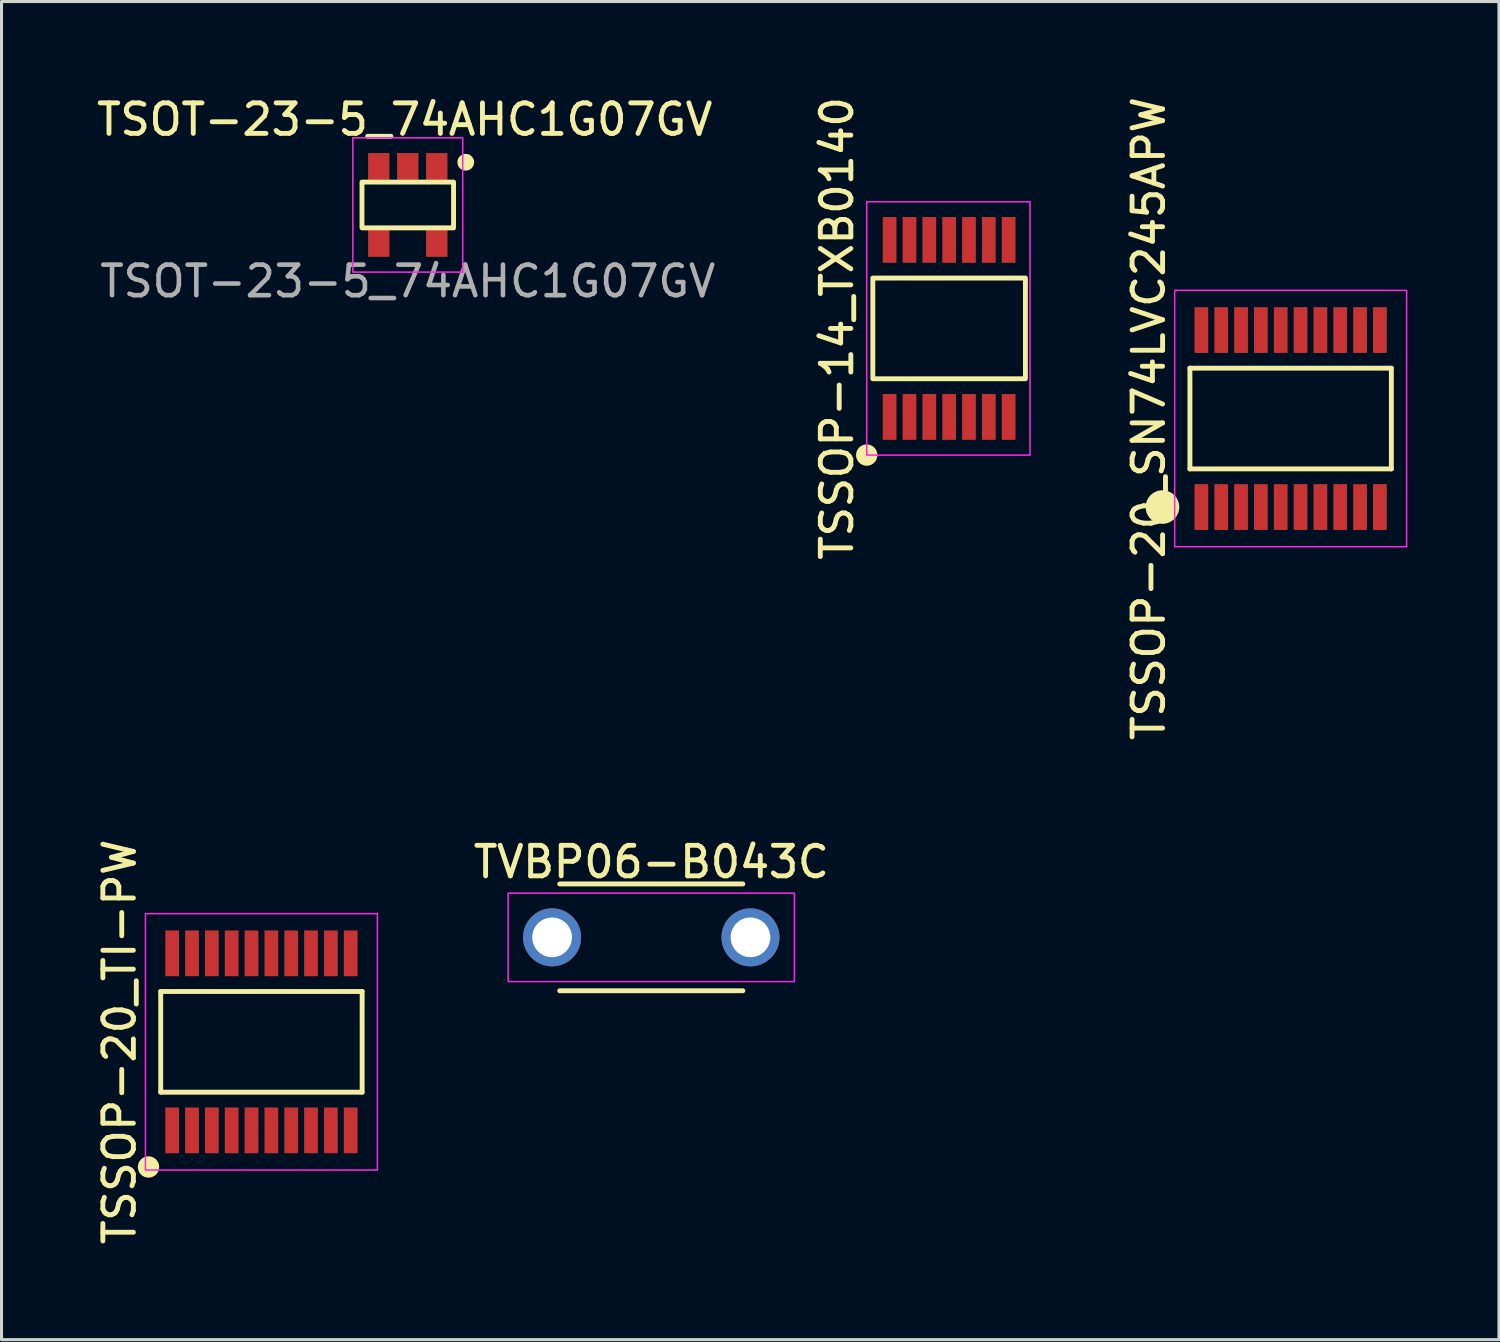
<source format=kicad_pcb>
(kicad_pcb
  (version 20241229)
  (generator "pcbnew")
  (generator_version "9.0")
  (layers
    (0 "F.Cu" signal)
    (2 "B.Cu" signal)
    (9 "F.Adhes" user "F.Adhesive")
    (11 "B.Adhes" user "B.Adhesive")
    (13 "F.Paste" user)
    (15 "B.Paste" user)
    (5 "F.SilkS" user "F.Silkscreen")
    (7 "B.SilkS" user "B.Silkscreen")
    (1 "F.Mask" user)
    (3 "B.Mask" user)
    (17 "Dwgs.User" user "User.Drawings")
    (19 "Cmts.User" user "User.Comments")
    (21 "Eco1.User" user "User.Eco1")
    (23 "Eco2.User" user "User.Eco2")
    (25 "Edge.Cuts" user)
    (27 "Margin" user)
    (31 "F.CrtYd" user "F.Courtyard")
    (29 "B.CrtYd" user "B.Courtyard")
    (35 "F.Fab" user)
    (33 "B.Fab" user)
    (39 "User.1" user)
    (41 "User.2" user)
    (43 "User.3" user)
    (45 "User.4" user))
  (footprint "TSOT-23-5_74AHC1G07GV"
    (layer "F.Cu")
    (at 10.311 3.666)
    (property "Reference" "TSOT-23-5_74AHC1G07GV" (at -0.1 -2.8 0) (unlocked yes) (layer "F.SilkS") (effects (font (size 1 1) (thickness 0.16))))
    (attr smd)
    (fp_rect (start -1.5 -0.75) (end 1.5 0.75) (stroke (width 0.16) (type default)) (fill no) (layer "F.SilkS"))
    (fp_circle (center 1.9 -1.4) (end 2.124 -1.4) (stroke (width 0.1) (type solid)) (fill yes) (layer "F.SilkS"))
    (fp_rect (start -1.8 -2.2) (end 1.8 2.2) (stroke (width 0.05) (type default)) (fill no) (layer "F.CrtYd"))
    (fp_text user "${REFERENCE}" (at 0 2.5 0) (unlocked yes) (layer "F.Fab") (effects (font (size 1 1) (thickness 0.15))))
    (pad "1" smd rect (at 0.95 -1.2) (size 0.7 1) (layers "F.Cu" "F.Mask" "F.Paste"))
    (pad "2" smd rect (at 0 -1.2) (size 0.7 1) (layers "F.Cu" "F.Mask" "F.Paste"))
    (pad "3" smd rect (at -0.95 -1.2) (size 0.7 1) (layers "F.Cu" "F.Mask" "F.Paste"))
    (pad "4" smd rect (at -0.95 1.2) (size 0.7 1) (layers "F.Cu" "F.Mask" "F.Paste"))
    (pad "5" smd rect (at 0.95 1.2) (size 0.7 1) (layers "F.Cu" "F.Mask" "F.Paste")))
  (footprint "TSSOP-14_TXB0140"
    (layer "F.Cu")
    (at 28.049 7.711)
    (property "Reference" "TSSOP-14_TXB0140" (at -3.675 0 90) (layer "F.SilkS") (effects (font (size 1 1) (thickness 0.16))))
    (attr smd)
    (fp_rect (start -2.5 -1.65) (end 2.5 1.65) (stroke (width 0.16) (type default)) (fill no) (layer "F.SilkS"))
    (fp_circle (center -2.7 4.15) (end -2.4 4.15) (stroke (width 0.1) (type solid)) (fill yes) (layer "F.SilkS"))
    (fp_rect (start -2.7 -4.15) (end 2.65 4.15) (stroke (width 0.05) (type default)) (fill no) (layer "F.CrtYd"))
    (pad "1" smd rect (at -1.95 2.9) (size 0.45 1.5) (layers "F.Cu" "F.Mask" "F.Paste"))
    (pad "2" smd rect (at -1.3 2.9) (size 0.45 1.5) (layers "F.Cu" "F.Mask" "F.Paste"))
    (pad "3" smd rect (at -0.65 2.9) (size 0.45 1.5) (layers "F.Cu" "F.Mask" "F.Paste"))
    (pad "4" smd rect (at 0 2.9) (size 0.45 1.5) (layers "F.Cu" "F.Mask" "F.Paste"))
    (pad "5" smd rect (at 0.65 2.9) (size 0.45 1.5) (layers "F.Cu" "F.Mask" "F.Paste"))
    (pad "6" smd rect (at 1.3 2.9) (size 0.45 1.5) (layers "F.Cu" "F.Mask" "F.Paste"))
    (pad "7" smd rect (at 1.95 2.9) (size 0.45 1.5) (layers "F.Cu" "F.Mask" "F.Paste"))
    (pad "8" smd rect (at 1.95 -2.9) (size 0.45 1.5) (layers "F.Cu" "F.Mask" "F.Paste"))
    (pad "9" smd rect (at 1.3 -2.9) (size 0.45 1.5) (layers "F.Cu" "F.Mask" "F.Paste"))
    (pad "10" smd rect (at 0.65 -2.9) (size 0.45 1.5) (layers "F.Cu" "F.Mask" "F.Paste"))
    (pad "11" smd rect (at 0 -2.9) (size 0.45 1.5) (layers "F.Cu" "F.Mask" "F.Paste"))
    (pad "12" smd rect (at -0.65 -2.9) (size 0.45 1.5) (layers "F.Cu" "F.Mask" "F.Paste"))
    (pad "13" smd rect (at -1.3 -2.9) (size 0.45 1.5) (layers "F.Cu" "F.Mask" "F.Paste"))
    (pad "14" smd rect (at -1.95 -2.9) (size 0.45 1.5) (layers "F.Cu" "F.Mask" "F.Paste")))
  (footprint "TVBP06-B043C"
    (layer "F.Cu")
    (at 18.29 27.663)
    (property "Reference" "TVBP06-B043C" (at 0 -2.47 0) (unlocked yes) (layer "F.SilkS") (effects (font (size 1 1) (thickness 0.16))))
    (attr through_hole)
    (fp_line (start -3 -1.75) (end 3 -1.75) (stroke (width 0.16) (type default)) (layer "F.SilkS"))
    (fp_line (start -3 1.75) (end 3 1.75) (stroke (width 0.16) (type default)) (layer "F.SilkS"))
    (fp_rect (start -4.69 -1.45) (end 4.69 1.45) (stroke (width 0.05) (type default)) (fill no) (layer "F.CrtYd"))
    (pad "1" thru_hole circle (at -3.25 0) (size 1.9 1.9) (drill 1.3) (layers "*.Cu" "*.Mask"))
    (pad "2" thru_hole circle (at 3.25 0) (size 1.9 1.9) (drill 1.3) (layers "*.Cu" "*.Mask")))
  (footprint "TSSOP-20_TI-PW"
    (layer "F.Cu")
    (at 5.516 31.087)
    (property "Reference" "TSSOP-20_TI-PW" (at -4.65 0 90) (layer "F.SilkS") (effects (font (size 1 1) (thickness 0.16))))
    (attr smd)
    (fp_line (start -3.3 -1.65) (end 3.3 -1.65) (stroke (width 0.16) (type default)) (layer "F.SilkS"))
    (fp_line (start -3.3 1.65) (end -3.3 -1.65) (stroke (width 0.16) (type default)) (layer "F.SilkS"))
    (fp_line (start 3.3 -1.65) (end 3.3 1.65) (stroke (width 0.16) (type default)) (layer "F.SilkS"))
    (fp_line (start 3.3 1.65) (end -3.3 1.65) (stroke (width 0.16) (type default)) (layer "F.SilkS"))
    (fp_circle (center -3.7 4.1) (end -3.4 4.1) (stroke (width 0.1) (type solid)) (fill yes) (layer "F.SilkS"))
    (fp_rect (start -3.8 -4.2) (end 3.8 4.2) (stroke (width 0.05) (type default)) (fill no) (layer "F.CrtYd"))
    (pad "1" smd rect (at -2.925 2.9) (size 0.45 1.5) (layers "F.Cu" "F.Mask" "F.Paste"))
    (pad "2" smd rect (at -2.275 2.9) (size 0.45 1.5) (layers "F.Cu" "F.Mask" "F.Paste"))
    (pad "3" smd rect (at -1.625 2.9) (size 0.45 1.5) (layers "F.Cu" "F.Mask" "F.Paste"))
    (pad "4" smd rect (at -0.975 2.9) (size 0.45 1.5) (layers "F.Cu" "F.Mask" "F.Paste"))
    (pad "5" smd rect (at -0.325 2.9) (size 0.45 1.5) (layers "F.Cu" "F.Mask" "F.Paste"))
    (pad "6" smd rect (at 0.325 2.9) (size 0.45 1.5) (layers "F.Cu" "F.Mask" "F.Paste"))
    (pad "7" smd rect (at 0.975 2.9) (size 0.45 1.5) (layers "F.Cu" "F.Mask" "F.Paste"))
    (pad "8" smd rect (at 1.625 2.9) (size 0.45 1.5) (layers "F.Cu" "F.Mask" "F.Paste"))
    (pad "9" smd rect (at 2.275 2.9) (size 0.45 1.5) (layers "F.Cu" "F.Mask" "F.Paste"))
    (pad "10" smd rect (at 2.925 2.9) (size 0.45 1.5) (layers "F.Cu" "F.Mask" "F.Paste"))
    (pad "11" smd rect (at 2.925 -2.9) (size 0.45 1.5) (layers "F.Cu" "F.Mask" "F.Paste"))
    (pad "12" smd rect (at 2.275 -2.9) (size 0.45 1.5) (layers "F.Cu" "F.Mask" "F.Paste"))
    (pad "13" smd rect (at 1.625 -2.9) (size 0.45 1.5) (layers "F.Cu" "F.Mask" "F.Paste"))
    (pad "14" smd rect (at 0.975 -2.9) (size 0.45 1.5) (layers "F.Cu" "F.Mask" "F.Paste"))
    (pad "15" smd rect (at 0.325 -2.9) (size 0.45 1.5) (layers "F.Cu" "F.Mask" "F.Paste"))
    (pad "16" smd rect (at -0.325 -2.9) (size 0.45 1.5) (layers "F.Cu" "F.Mask" "F.Paste"))
    (pad "17" smd rect (at -0.975 -2.9) (size 0.45 1.5) (layers "F.Cu" "F.Mask" "F.Paste"))
    (pad "18" smd rect (at -1.625 -2.9) (size 0.45 1.5) (layers "F.Cu" "F.Mask" "F.Paste"))
    (pad "19" smd rect (at -2.275 -2.9) (size 0.45 1.5) (layers "F.Cu" "F.Mask" "F.Paste"))
    (pad "20" smd rect (at -2.925 -2.9) (size 0.45 1.5) (layers "F.Cu" "F.Mask" "F.Paste")))
  (footprint "TSSOP-20_SN74LVC245APW"
    (layer "F.Cu")
    (at 39.239 10.664)
    (property "Reference" "TSSOP-20_SN74LVC245APW" (at -4.65 0 90) (layer "F.SilkS") (effects (font (size 1 1) (thickness 0.16))))
    (attr smd)
    (fp_line (start -3.3 -1.65) (end 3.3 -1.65) (stroke (width 0.16) (type default)) (layer "F.SilkS"))
    (fp_line (start -3.3 1.65) (end -3.3 -1.65) (stroke (width 0.16) (type default)) (layer "F.SilkS"))
    (fp_line (start 3.3 -1.65) (end 3.3 1.65) (stroke (width 0.16) (type default)) (layer "F.SilkS"))
    (fp_line (start 3.3 1.65) (end -3.3 1.65) (stroke (width 0.16) (type default)) (layer "F.SilkS"))
    (fp_circle (center -4.2 2.9) (end -3.7 2.9) (stroke (width 0.1) (type solid)) (fill yes) (layer "F.SilkS"))
    (fp_rect (start -3.8 -4.2) (end 3.8 4.2) (stroke (width 0.05) (type default)) (fill no) (layer "F.CrtYd"))
    (pad "1" smd rect (at -2.925 2.9) (size 0.45 1.5) (layers "F.Cu" "F.Mask" "F.Paste"))
    (pad "2" smd rect (at -2.275 2.9) (size 0.45 1.5) (layers "F.Cu" "F.Mask" "F.Paste"))
    (pad "3" smd rect (at -1.625 2.9) (size 0.45 1.5) (layers "F.Cu" "F.Mask" "F.Paste"))
    (pad "4" smd rect (at -0.975 2.9) (size 0.45 1.5) (layers "F.Cu" "F.Mask" "F.Paste"))
    (pad "5" smd rect (at -0.325 2.9) (size 0.45 1.5) (layers "F.Cu" "F.Mask" "F.Paste"))
    (pad "6" smd rect (at 0.325 2.9) (size 0.45 1.5) (layers "F.Cu" "F.Mask" "F.Paste"))
    (pad "7" smd rect (at 0.975 2.9) (size 0.45 1.5) (layers "F.Cu" "F.Mask" "F.Paste"))
    (pad "8" smd rect (at 1.625 2.9) (size 0.45 1.5) (layers "F.Cu" "F.Mask" "F.Paste"))
    (pad "9" smd rect (at 2.275 2.9) (size 0.45 1.5) (layers "F.Cu" "F.Mask" "F.Paste"))
    (pad "10" smd rect (at 2.925 2.9) (size 0.45 1.5) (layers "F.Cu" "F.Mask" "F.Paste"))
    (pad "11" smd rect (at 2.925 -2.9) (size 0.45 1.5) (layers "F.Cu" "F.Mask" "F.Paste"))
    (pad "12" smd rect (at 2.275 -2.9) (size 0.45 1.5) (layers "F.Cu" "F.Mask" "F.Paste"))
    (pad "13" smd rect (at 1.625 -2.9) (size 0.45 1.5) (layers "F.Cu" "F.Mask" "F.Paste"))
    (pad "14" smd rect (at 0.975 -2.9) (size 0.45 1.5) (layers "F.Cu" "F.Mask" "F.Paste"))
    (pad "15" smd rect (at 0.325 -2.9) (size 0.45 1.5) (layers "F.Cu" "F.Mask" "F.Paste"))
    (pad "16" smd rect (at -0.325 -2.9) (size 0.45 1.5) (layers "F.Cu" "F.Mask" "F.Paste"))
    (pad "17" smd rect (at -0.975 -2.9) (size 0.45 1.5) (layers "F.Cu" "F.Mask" "F.Paste"))
    (pad "18" smd rect (at -1.625 -2.9) (size 0.45 1.5) (layers "F.Cu" "F.Mask" "F.Paste"))
    (pad "19" smd rect (at -2.275 -2.9) (size 0.45 1.5) (layers "F.Cu" "F.Mask" "F.Paste"))
    (pad "20" smd rect (at -2.925 -2.9) (size 0.45 1.5) (layers "F.Cu" "F.Mask" "F.Paste")))
  (gr_rect
    (start -3 -3)
    (end 46.064 40.846)
    (stroke (width 0.1) (type default))
    (fill no)
    (layer "Edge.Cuts")))
</source>
